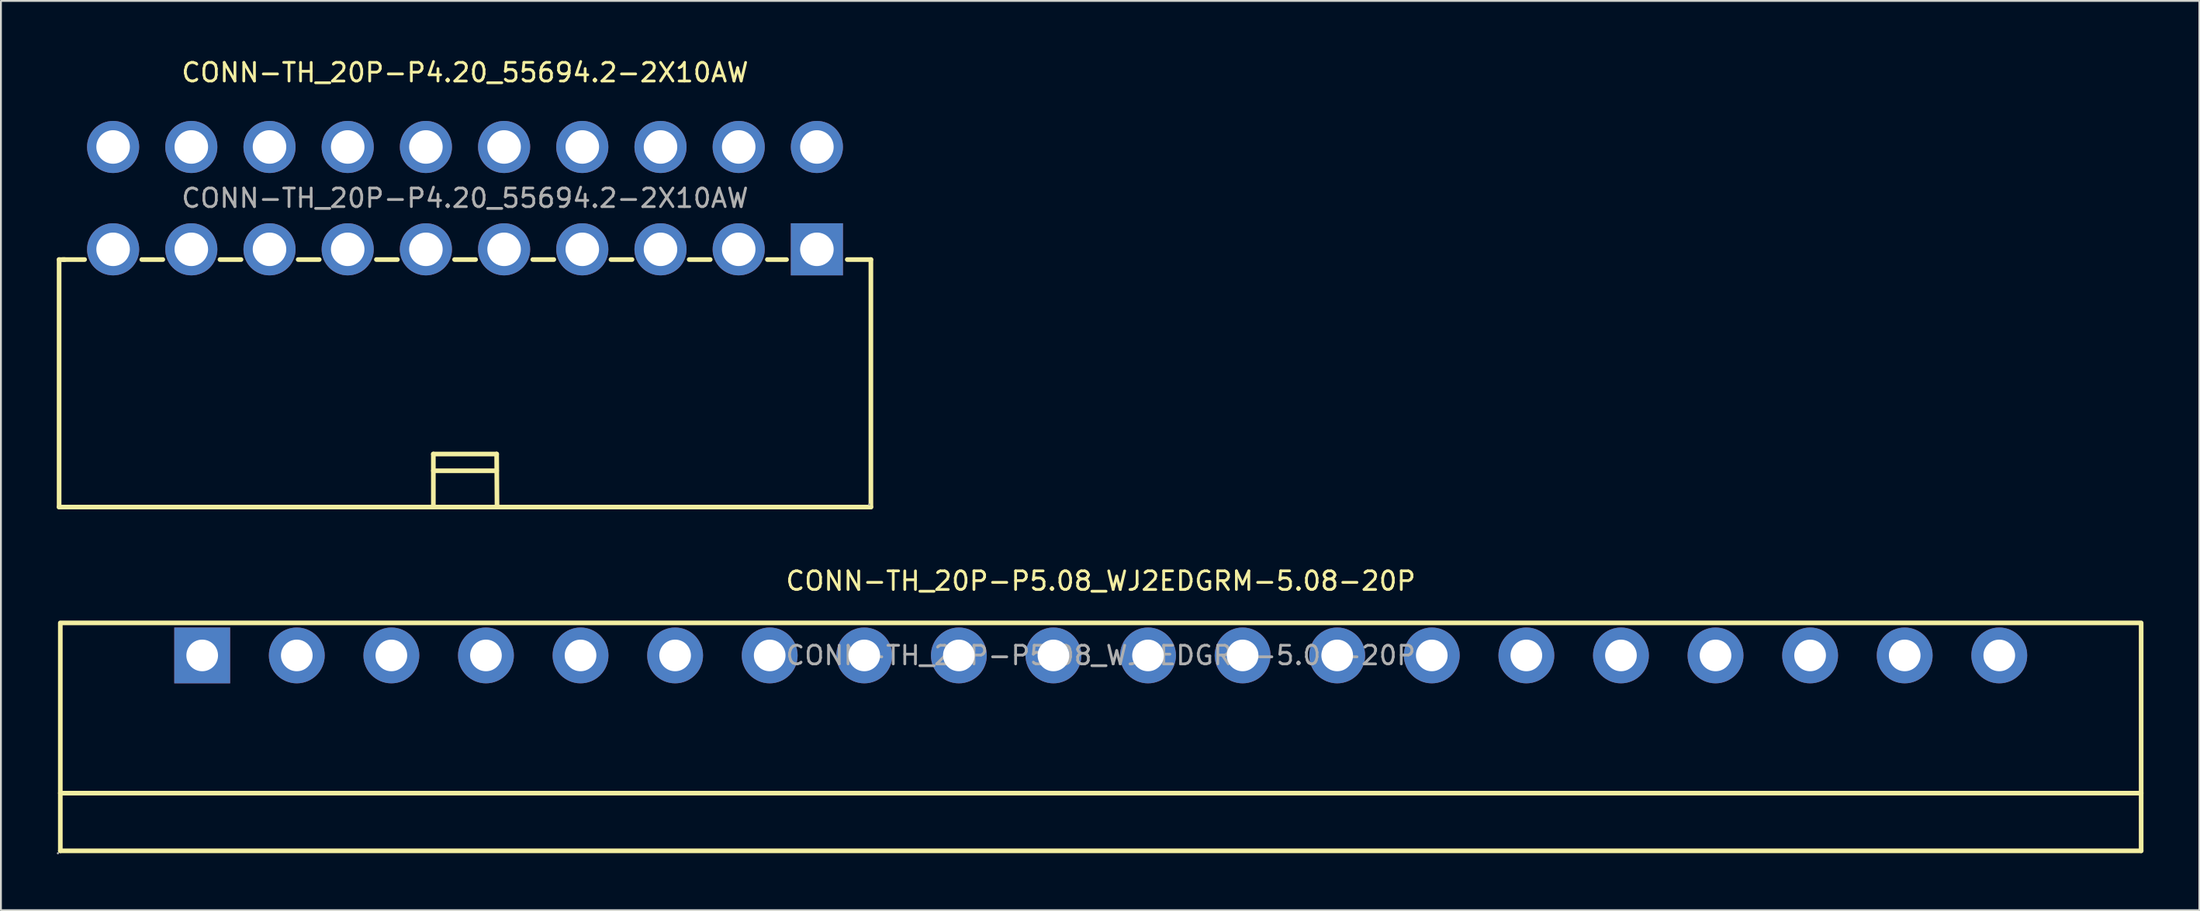
<source format=kicad_pcb>
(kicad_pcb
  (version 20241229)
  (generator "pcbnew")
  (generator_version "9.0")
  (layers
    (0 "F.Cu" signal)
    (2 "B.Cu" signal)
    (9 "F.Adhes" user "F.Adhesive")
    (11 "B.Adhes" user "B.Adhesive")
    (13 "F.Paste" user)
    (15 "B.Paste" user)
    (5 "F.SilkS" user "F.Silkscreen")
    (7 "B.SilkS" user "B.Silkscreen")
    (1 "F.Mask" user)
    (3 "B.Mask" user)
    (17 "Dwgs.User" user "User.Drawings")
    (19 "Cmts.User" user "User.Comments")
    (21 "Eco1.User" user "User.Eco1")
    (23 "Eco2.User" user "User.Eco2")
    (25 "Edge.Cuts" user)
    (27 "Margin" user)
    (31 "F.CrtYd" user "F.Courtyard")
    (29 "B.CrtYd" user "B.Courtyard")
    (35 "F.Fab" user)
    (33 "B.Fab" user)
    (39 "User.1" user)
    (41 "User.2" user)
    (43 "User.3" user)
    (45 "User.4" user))
  (footprint "CONN-TH_20P-P5.08_WJ2EDGRM-5.08-20P"
    (layer "F.Cu")
    (at 56.07 32.172)
    (property "Reference" "CONN-TH_20P-P5.08_WJ2EDGRM-5.08-20P" (at 0 -4 0) (layer "F.SilkS") (effects (font (size 1 1) (thickness 0.15))))
    (attr through_hole)
    (fp_line (start -55.88 7.4) (end 55.88 7.4) (stroke (width 0.25) (type solid)) (layer "F.SilkS"))
    (fp_line (start -55.88 10.5) (end -55.88 -1.7) (stroke (width 0.25) (type solid)) (layer "F.SilkS"))
    (fp_line (start -55.88 10.5) (end 55.88 10.5) (stroke (width 0.25) (type solid)) (layer "F.SilkS"))
    (fp_line (start 55.88 -1.75) (end -55.88 -1.75) (stroke (width 0.25) (type solid)) (layer "F.SilkS"))
    (fp_line (start 55.88 10.5) (end 55.88 -1.7) (stroke (width 0.25) (type solid)) (layer "F.SilkS"))
    (fp_circle (center -56.01 10.63) (end -55.98 10.63) (stroke (width 0.06) (type solid)) (fill no) (layer "F.Fab"))
    (fp_circle (center -48.26 0) (end -47.88 0) (stroke (width 0.75) (type solid)) (fill no) (layer "F.Fab"))
    (fp_circle (center -43.18 0) (end -42.8 0) (stroke (width 0.75) (type solid)) (fill no) (layer "F.Fab"))
    (fp_circle (center -38.1 0) (end -37.72 0) (stroke (width 0.75) (type solid)) (fill no) (layer "F.Fab"))
    (fp_circle (center -33.02 0) (end -32.64 0) (stroke (width 0.75) (type solid)) (fill no) (layer "F.Fab"))
    (fp_circle (center -27.94 0) (end -27.56 0) (stroke (width 0.75) (type solid)) (fill no) (layer "F.Fab"))
    (fp_circle (center -22.86 0) (end -22.48 0) (stroke (width 0.75) (type solid)) (fill no) (layer "F.Fab"))
    (fp_circle (center -17.78 0) (end -17.4 0) (stroke (width 0.75) (type solid)) (fill no) (layer "F.Fab"))
    (fp_circle (center -12.7 0) (end -12.32 0) (stroke (width 0.75) (type solid)) (fill no) (layer "F.Fab"))
    (fp_circle (center -7.62 0) (end -7.24 0) (stroke (width 0.75) (type solid)) (fill no) (layer "F.Fab"))
    (fp_circle (center -2.54 0) (end -2.16 0) (stroke (width 0.75) (type solid)) (fill no) (layer "F.Fab"))
    (fp_circle (center 2.54 0) (end 2.92 0) (stroke (width 0.75) (type solid)) (fill no) (layer "F.Fab"))
    (fp_circle (center 7.62 0) (end 8 0) (stroke (width 0.75) (type solid)) (fill no) (layer "F.Fab"))
    (fp_circle (center 12.7 0) (end 13.08 0) (stroke (width 0.75) (type solid)) (fill no) (layer "F.Fab"))
    (fp_circle (center 17.78 0) (end 18.16 0) (stroke (width 0.75) (type solid)) (fill no) (layer "F.Fab"))
    (fp_circle (center 22.86 0) (end 23.24 0) (stroke (width 0.75) (type solid)) (fill no) (layer "F.Fab"))
    (fp_circle (center 27.94 0) (end 28.32 0) (stroke (width 0.75) (type solid)) (fill no) (layer "F.Fab"))
    (fp_circle (center 33.02 0) (end 33.4 0) (stroke (width 0.75) (type solid)) (fill no) (layer "F.Fab"))
    (fp_circle (center 38.1 0) (end 38.48 0) (stroke (width 0.75) (type solid)) (fill no) (layer "F.Fab"))
    (fp_circle (center 43.18 0) (end 43.56 0) (stroke (width 0.75) (type solid)) (fill no) (layer "F.Fab"))
    (fp_circle (center 48.26 0) (end 48.64 0) (stroke (width 0.75) (type solid)) (fill no) (layer "F.Fab"))
    (fp_text user "${REFERENCE}" (at 0 0 0) (layer "F.Fab") (effects (font (size 1 1) (thickness 0.15))))
    (pad "1" thru_hole rect (at -48.26 0) (size 3 3) (drill 1.7) (layers "*.Cu" "*.Paste" "*.Mask"))
    (pad "2" thru_hole circle (at -43.18 0) (size 3 3) (drill 1.7) (layers "*.Cu" "*.Paste" "*.Mask"))
    (pad "3" thru_hole circle (at -38.1 0) (size 3 3) (drill 1.7) (layers "*.Cu" "*.Paste" "*.Mask"))
    (pad "4" thru_hole circle (at -33.02 0) (size 3 3) (drill 1.7) (layers "*.Cu" "*.Paste" "*.Mask"))
    (pad "5" thru_hole circle (at -27.94 0) (size 3 3) (drill 1.7) (layers "*.Cu" "*.Paste" "*.Mask"))
    (pad "6" thru_hole circle (at -22.86 0) (size 3 3) (drill 1.7) (layers "*.Cu" "*.Paste" "*.Mask"))
    (pad "7" thru_hole circle (at -17.78 0) (size 3 3) (drill 1.7) (layers "*.Cu" "*.Paste" "*.Mask"))
    (pad "8" thru_hole circle (at -12.7 0) (size 3 3) (drill 1.7) (layers "*.Cu" "*.Paste" "*.Mask"))
    (pad "9" thru_hole circle (at -7.62 0) (size 3 3) (drill 1.7) (layers "*.Cu" "*.Paste" "*.Mask"))
    (pad "10" thru_hole circle (at -2.54 0) (size 3 3) (drill 1.7) (layers "*.Cu" "*.Paste" "*.Mask"))
    (pad "11" thru_hole circle (at 2.54 0) (size 3 3) (drill 1.7) (layers "*.Cu" "*.Paste" "*.Mask"))
    (pad "12" thru_hole circle (at 7.62 0) (size 3 3) (drill 1.7) (layers "*.Cu" "*.Paste" "*.Mask"))
    (pad "13" thru_hole circle (at 12.7 0) (size 3 3) (drill 1.7) (layers "*.Cu" "*.Paste" "*.Mask"))
    (pad "14" thru_hole circle (at 17.78 0) (size 3 3) (drill 1.7) (layers "*.Cu" "*.Paste" "*.Mask"))
    (pad "15" thru_hole circle (at 22.86 0) (size 3 3) (drill 1.7) (layers "*.Cu" "*.Paste" "*.Mask"))
    (pad "16" thru_hole circle (at 27.94 0) (size 3 3) (drill 1.7) (layers "*.Cu" "*.Paste" "*.Mask"))
    (pad "17" thru_hole circle (at 33.02 0) (size 3 3) (drill 1.7) (layers "*.Cu" "*.Paste" "*.Mask"))
    (pad "18" thru_hole circle (at 38.1 0) (size 3 3) (drill 1.7) (layers "*.Cu" "*.Paste" "*.Mask"))
    (pad "19" thru_hole circle (at 43.18 0) (size 3 3) (drill 1.7) (layers "*.Cu" "*.Paste" "*.Mask"))
    (pad "20" thru_hole circle (at 48.26 0) (size 3 3) (drill 1.7) (layers "*.Cu" "*.Paste" "*.Mask")))
  (footprint "CONN-TH_20P-P4.20_55694.2-2X10AW"
    (layer "F.Cu")
    (at 21.925 7.598)
    (property "Reference" "CONN-TH_20P-P4.20_55694.2-2X10AW" (at 0 -6.75 0) (layer "F.SilkS") (effects (font (size 1 1) (thickness 0.15))))
    (attr through_hole)
    (fp_line (start -21.8 3.3) (end -21.5 3.3) (stroke (width 0.25) (type solid)) (layer "F.SilkS"))
    (fp_line (start -21.8 16.6) (end -21.8 3.3) (stroke (width 0.25) (type solid)) (layer "F.SilkS"))
    (fp_line (start -21.6 3.3) (end -20.43 3.3) (stroke (width 0.25) (type solid)) (layer "F.SilkS"))
    (fp_line (start -17.36 3.3) (end -16.23 3.3) (stroke (width 0.25) (type solid)) (layer "F.SilkS"))
    (fp_line (start -13.16 3.3) (end -12.03 3.3) (stroke (width 0.25) (type solid)) (layer "F.SilkS"))
    (fp_line (start -8.96 3.3) (end -7.83 3.3) (stroke (width 0.25) (type solid)) (layer "F.SilkS"))
    (fp_line (start -4.76 3.3) (end -3.63 3.3) (stroke (width 0.25) (type solid)) (layer "F.SilkS"))
    (fp_line (start -1.7 16.6) (end -1.7 13.75) (stroke (width 0.25) (type solid)) (layer "F.SilkS"))
    (fp_line (start -0.56 3.3) (end 0.57 3.3) (stroke (width 0.25) (type solid)) (layer "F.SilkS"))
    (fp_line (start 1.7 13.75) (end -1.7 13.75) (stroke (width 0.25) (type solid)) (layer "F.SilkS"))
    (fp_line (start 1.7 14.65) (end -1.7 14.65) (stroke (width 0.25) (type solid)) (layer "F.SilkS"))
    (fp_line (start 1.72 16.6) (end 1.7 13.75) (stroke (width 0.25) (type solid)) (layer "F.SilkS"))
    (fp_line (start 3.64 3.3) (end 4.77 3.3) (stroke (width 0.25) (type solid)) (layer "F.SilkS"))
    (fp_line (start 7.84 3.3) (end 8.97 3.3) (stroke (width 0.25) (type solid)) (layer "F.SilkS"))
    (fp_line (start 12.04 3.3) (end 13.17 3.3) (stroke (width 0.25) (type solid)) (layer "F.SilkS"))
    (fp_line (start 16.24 3.3) (end 17.27 3.3) (stroke (width 0.25) (type solid)) (layer "F.SilkS"))
    (fp_line (start 20.53 3.3) (end 21.8 3.3) (stroke (width 0.25) (type solid)) (layer "F.SilkS"))
    (fp_line (start 21.8 3.3) (end 21.8 16.6) (stroke (width 0.25) (type solid)) (layer "F.SilkS"))
    (fp_line (start 21.8 16.6) (end -21.8 16.6) (stroke (width 0.25) (type solid)) (layer "F.SilkS"))
    (fp_circle (center 21.71 16.46) (end 21.74 16.46) (stroke (width 0.06) (type solid)) (fill no) (layer "F.Fab"))
    (fp_text user "${REFERENCE}" (at 0 0 0) (layer "F.Fab") (effects (font (size 1 1) (thickness 0.15))))
    (pad "1" thru_hole rect (at 18.9 2.75) (size 2.8 2.8) (drill 1.8) (layers "*.Cu" "*.Paste" "*.Mask"))
    (pad "2" thru_hole circle (at 14.7 2.75) (size 2.8 2.8) (drill 1.8) (layers "*.Cu" "*.Paste" "*.Mask"))
    (pad "3" thru_hole circle (at 10.5 2.75) (size 2.8 2.8) (drill 1.8) (layers "*.Cu" "*.Paste" "*.Mask"))
    (pad "4" thru_hole circle (at 6.3 2.75) (size 2.8 2.8) (drill 1.8) (layers "*.Cu" "*.Paste" "*.Mask"))
    (pad "5" thru_hole circle (at 2.1 2.75) (size 2.8 2.8) (drill 1.8) (layers "*.Cu" "*.Paste" "*.Mask"))
    (pad "6" thru_hole circle (at -2.1 2.75) (size 2.8 2.8) (drill 1.8) (layers "*.Cu" "*.Paste" "*.Mask"))
    (pad "7" thru_hole circle (at -6.3 2.75) (size 2.8 2.8) (drill 1.8) (layers "*.Cu" "*.Paste" "*.Mask"))
    (pad "8" thru_hole circle (at -10.5 2.75) (size 2.8 2.8) (drill 1.8) (layers "*.Cu" "*.Paste" "*.Mask"))
    (pad "9" thru_hole circle (at -14.7 2.75) (size 2.8 2.8) (drill 1.8) (layers "*.Cu" "*.Paste" "*.Mask"))
    (pad "10" thru_hole circle (at -18.9 2.75) (size 2.8 2.8) (drill 1.8) (layers "*.Cu" "*.Paste" "*.Mask"))
    (pad "11" thru_hole circle (at 18.9 -2.75) (size 2.8 2.8) (drill 1.8) (layers "*.Cu" "*.Paste" "*.Mask"))
    (pad "12" thru_hole circle (at 14.7 -2.75) (size 2.8 2.8) (drill 1.8) (layers "*.Cu" "*.Paste" "*.Mask"))
    (pad "13" thru_hole circle (at 10.5 -2.75) (size 2.8 2.8) (drill 1.8) (layers "*.Cu" "*.Paste" "*.Mask"))
    (pad "14" thru_hole circle (at 6.3 -2.75) (size 2.8 2.8) (drill 1.8) (layers "*.Cu" "*.Paste" "*.Mask"))
    (pad "15" thru_hole circle (at 2.1 -2.75) (size 2.8 2.8) (drill 1.8) (layers "*.Cu" "*.Paste" "*.Mask"))
    (pad "16" thru_hole circle (at -2.1 -2.75) (size 2.8 2.8) (drill 1.8) (layers "*.Cu" "*.Paste" "*.Mask"))
    (pad "17" thru_hole circle (at -6.3 -2.75) (size 2.8 2.8) (drill 1.8) (layers "*.Cu" "*.Paste" "*.Mask"))
    (pad "18" thru_hole circle (at -10.5 -2.75) (size 2.8 2.8) (drill 1.8) (layers "*.Cu" "*.Paste" "*.Mask"))
    (pad "19" thru_hole circle (at -14.7 -2.75) (size 2.8 2.8) (drill 1.8) (layers "*.Cu" "*.Paste" "*.Mask"))
    (pad "20" thru_hole circle (at -18.9 -2.75) (size 2.8 2.8) (drill 1.8) (layers "*.Cu" "*.Paste" "*.Mask")))
  (gr_rect
    (start -3 -3)
    (end 115.075 45.861)
    (stroke (width 0.1) (type default))
    (fill no)
    (layer "Edge.Cuts")))
</source>
